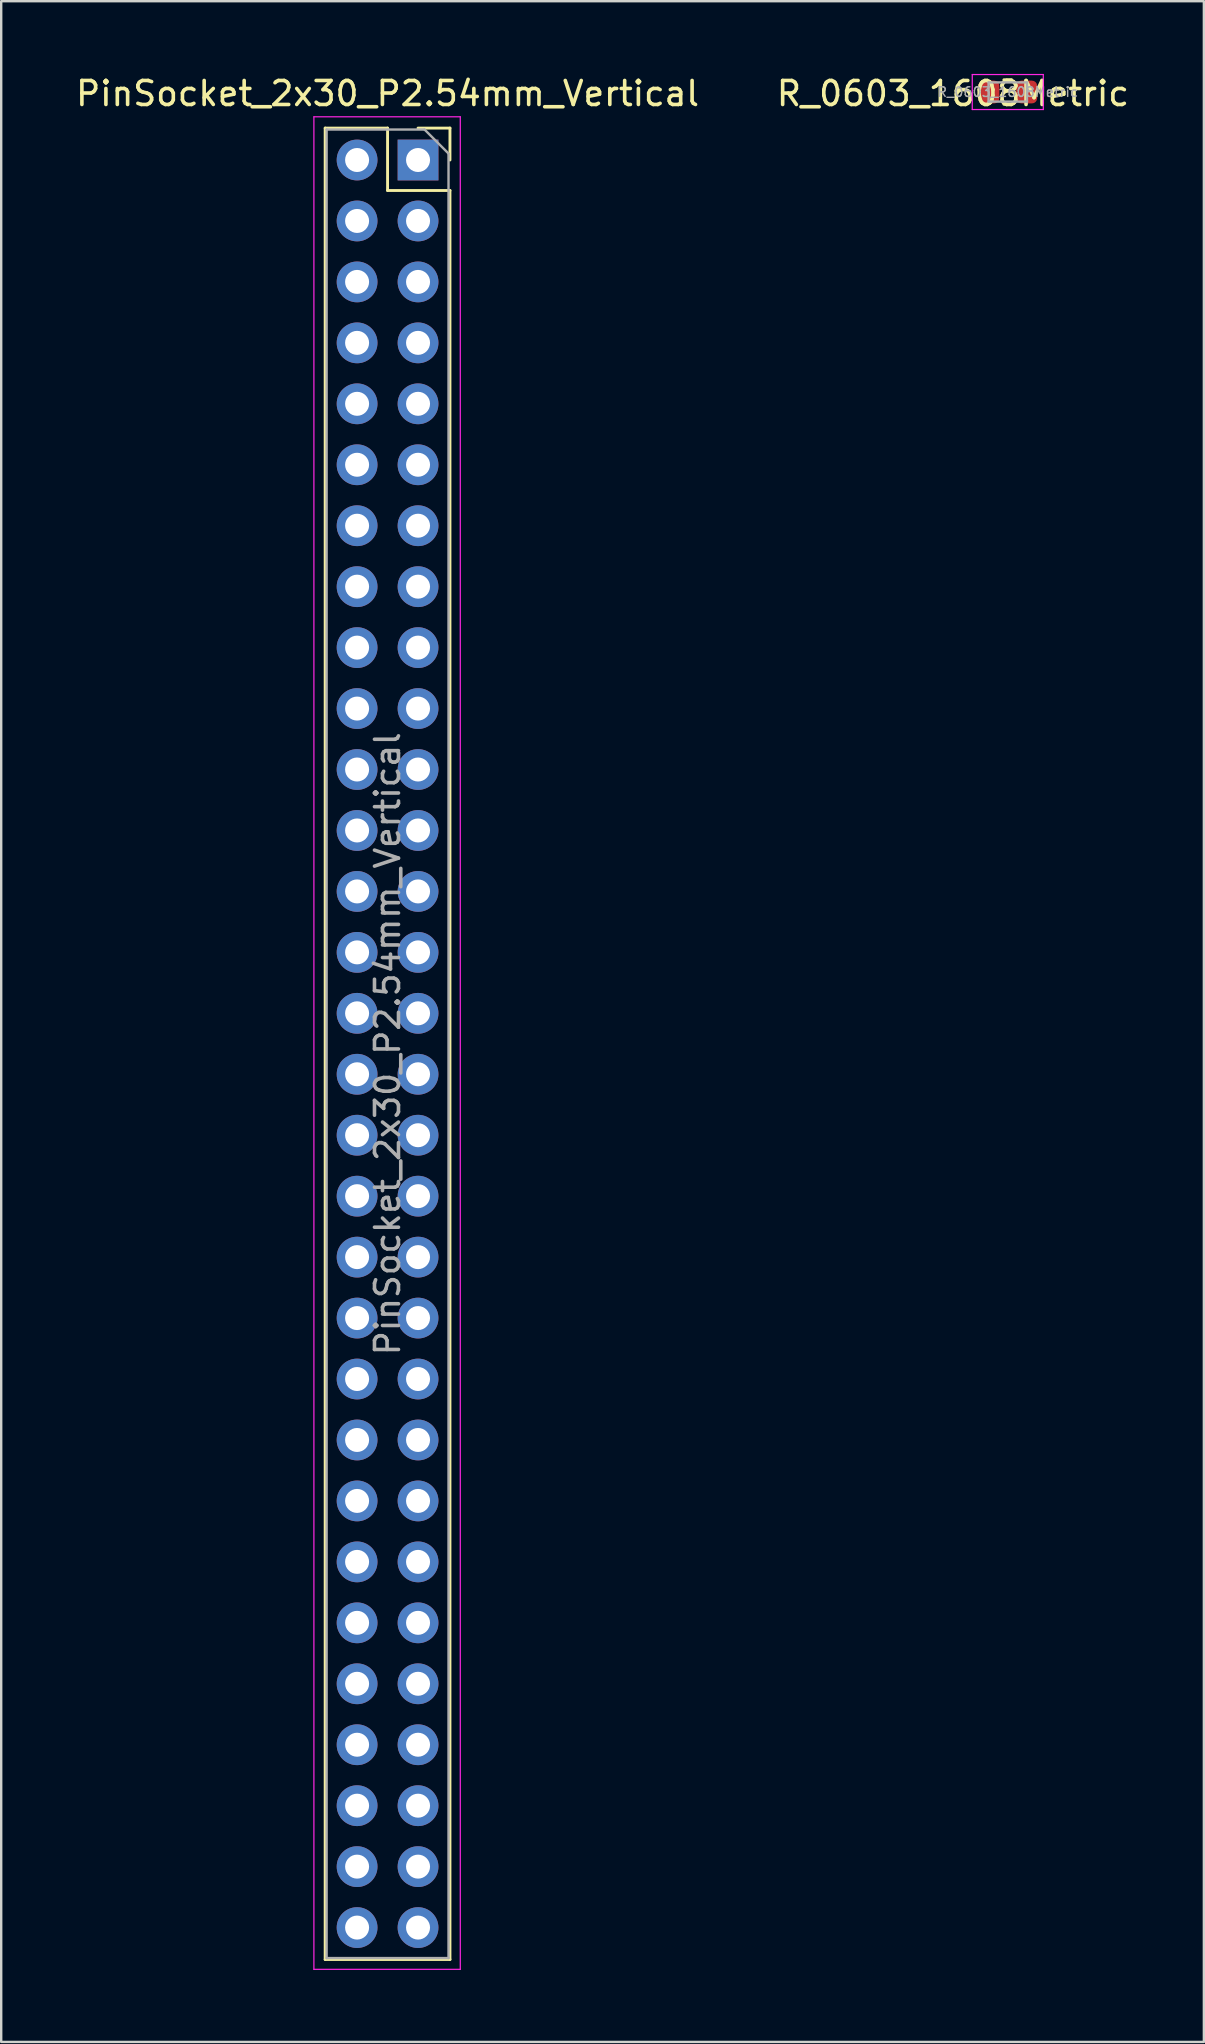
<source format=kicad_pcb>
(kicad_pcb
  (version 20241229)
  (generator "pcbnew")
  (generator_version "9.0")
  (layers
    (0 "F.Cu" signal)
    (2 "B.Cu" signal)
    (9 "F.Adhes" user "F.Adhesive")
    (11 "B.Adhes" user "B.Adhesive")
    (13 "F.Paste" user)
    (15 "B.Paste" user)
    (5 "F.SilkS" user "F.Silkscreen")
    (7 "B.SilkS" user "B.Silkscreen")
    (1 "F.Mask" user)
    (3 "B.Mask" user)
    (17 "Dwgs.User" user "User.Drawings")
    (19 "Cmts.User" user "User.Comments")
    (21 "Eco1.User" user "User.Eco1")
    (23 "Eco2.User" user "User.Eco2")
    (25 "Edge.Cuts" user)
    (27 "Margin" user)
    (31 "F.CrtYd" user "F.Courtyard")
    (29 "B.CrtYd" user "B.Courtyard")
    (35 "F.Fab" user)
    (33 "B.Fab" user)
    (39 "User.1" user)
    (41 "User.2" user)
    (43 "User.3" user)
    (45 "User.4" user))
  (footprint "PinSocket_2x30_P2.54mm_Vertical"
    (layer "F.Cu")
    (at 14.371 3.618)
    (property "Reference" "PinSocket_2x30_P2.54mm_Vertical" (at -1.27 -2.77 180) (layer "F.SilkS") (effects (font (size 1 1) (thickness 0.15))))
    (attr through_hole)
    (fp_line (start -3.87 -1.33) (end -3.87 74.99) (stroke (width 0.12) (type solid)) (layer "F.SilkS"))
    (fp_line (start -3.87 -1.33) (end -1.27 -1.33) (stroke (width 0.12) (type solid)) (layer "F.SilkS"))
    (fp_line (start -3.87 74.99) (end 1.33 74.99) (stroke (width 0.12) (type solid)) (layer "F.SilkS"))
    (fp_line (start -1.27 -1.33) (end -1.27 1.27) (stroke (width 0.12) (type solid)) (layer "F.SilkS"))
    (fp_line (start -1.27 1.27) (end 1.33 1.27) (stroke (width 0.12) (type solid)) (layer "F.SilkS"))
    (fp_line (start 0 -1.33) (end 1.33 -1.33) (stroke (width 0.12) (type solid)) (layer "F.SilkS"))
    (fp_line (start 1.33 -1.33) (end 1.33 0) (stroke (width 0.12) (type solid)) (layer "F.SilkS"))
    (fp_line (start 1.33 1.27) (end 1.33 74.99) (stroke (width 0.12) (type solid)) (layer "F.SilkS"))
    (fp_line (start -4.34 -1.8) (end 1.76 -1.8) (stroke (width 0.05) (type solid)) (layer "F.CrtYd"))
    (fp_line (start -4.34 75.4) (end -4.34 -1.8) (stroke (width 0.05) (type solid)) (layer "F.CrtYd"))
    (fp_line (start 1.76 -1.8) (end 1.76 75.4) (stroke (width 0.05) (type solid)) (layer "F.CrtYd"))
    (fp_line (start 1.76 75.4) (end -4.34 75.4) (stroke (width 0.05) (type solid)) (layer "F.CrtYd"))
    (fp_line (start -3.81 -1.27) (end 0.27 -1.27) (stroke (width 0.1) (type solid)) (layer "F.Fab"))
    (fp_line (start -3.81 74.93) (end -3.81 -1.27) (stroke (width 0.1) (type solid)) (layer "F.Fab"))
    (fp_line (start 0.27 -1.27) (end 1.27 -0.27) (stroke (width 0.1) (type solid)) (layer "F.Fab"))
    (fp_line (start 1.27 -0.27) (end 1.27 74.93) (stroke (width 0.1) (type solid)) (layer "F.Fab"))
    (fp_line (start 1.27 74.93) (end -3.81 74.93) (stroke (width 0.1) (type solid)) (layer "F.Fab"))
    (fp_text user "${REFERENCE}" (at -1.27 36.83 90) (layer "F.Fab") (effects (font (size 1 1) (thickness 0.15))))
    (pad "1" thru_hole rect (at 0 0) (size 1.7 1.7) (drill 1) (layers "*.Cu" "*.Mask"))
    (pad "2" thru_hole oval (at -2.54 0) (size 1.7 1.7) (drill 1) (layers "*.Cu" "*.Mask"))
    (pad "3" thru_hole oval (at 0 2.54) (size 1.7 1.7) (drill 1) (layers "*.Cu" "*.Mask"))
    (pad "4" thru_hole oval (at -2.54 2.54) (size 1.7 1.7) (drill 1) (layers "*.Cu" "*.Mask"))
    (pad "5" thru_hole oval (at 0 5.08) (size 1.7 1.7) (drill 1) (layers "*.Cu" "*.Mask"))
    (pad "6" thru_hole oval (at -2.54 5.08) (size 1.7 1.7) (drill 1) (layers "*.Cu" "*.Mask"))
    (pad "7" thru_hole oval (at 0 7.62) (size 1.7 1.7) (drill 1) (layers "*.Cu" "*.Mask"))
    (pad "8" thru_hole oval (at -2.54 7.62) (size 1.7 1.7) (drill 1) (layers "*.Cu" "*.Mask"))
    (pad "9" thru_hole oval (at 0 10.16) (size 1.7 1.7) (drill 1) (layers "*.Cu" "*.Mask"))
    (pad "10" thru_hole oval (at -2.54 10.16) (size 1.7 1.7) (drill 1) (layers "*.Cu" "*.Mask"))
    (pad "11" thru_hole oval (at 0 12.7) (size 1.7 1.7) (drill 1) (layers "*.Cu" "*.Mask"))
    (pad "12" thru_hole oval (at -2.54 12.7) (size 1.7 1.7) (drill 1) (layers "*.Cu" "*.Mask"))
    (pad "13" thru_hole oval (at 0 15.24) (size 1.7 1.7) (drill 1) (layers "*.Cu" "*.Mask"))
    (pad "14" thru_hole oval (at -2.54 15.24) (size 1.7 1.7) (drill 1) (layers "*.Cu" "*.Mask"))
    (pad "15" thru_hole oval (at 0 17.78) (size 1.7 1.7) (drill 1) (layers "*.Cu" "*.Mask"))
    (pad "16" thru_hole oval (at -2.54 17.78) (size 1.7 1.7) (drill 1) (layers "*.Cu" "*.Mask"))
    (pad "17" thru_hole oval (at 0 20.32) (size 1.7 1.7) (drill 1) (layers "*.Cu" "*.Mask"))
    (pad "18" thru_hole oval (at -2.54 20.32) (size 1.7 1.7) (drill 1) (layers "*.Cu" "*.Mask"))
    (pad "19" thru_hole oval (at 0 22.86) (size 1.7 1.7) (drill 1) (layers "*.Cu" "*.Mask"))
    (pad "20" thru_hole oval (at -2.54 22.86) (size 1.7 1.7) (drill 1) (layers "*.Cu" "*.Mask"))
    (pad "21" thru_hole oval (at 0 25.4) (size 1.7 1.7) (drill 1) (layers "*.Cu" "*.Mask"))
    (pad "22" thru_hole oval (at -2.54 25.4) (size 1.7 1.7) (drill 1) (layers "*.Cu" "*.Mask"))
    (pad "23" thru_hole oval (at 0 27.94) (size 1.7 1.7) (drill 1) (layers "*.Cu" "*.Mask"))
    (pad "24" thru_hole oval (at -2.54 27.94) (size 1.7 1.7) (drill 1) (layers "*.Cu" "*.Mask"))
    (pad "25" thru_hole oval (at 0 30.48) (size 1.7 1.7) (drill 1) (layers "*.Cu" "*.Mask"))
    (pad "26" thru_hole oval (at -2.54 30.48) (size 1.7 1.7) (drill 1) (layers "*.Cu" "*.Mask"))
    (pad "27" thru_hole oval (at 0 33.02) (size 1.7 1.7) (drill 1) (layers "*.Cu" "*.Mask"))
    (pad "28" thru_hole oval (at -2.54 33.02) (size 1.7 1.7) (drill 1) (layers "*.Cu" "*.Mask"))
    (pad "29" thru_hole oval (at 0 35.56) (size 1.7 1.7) (drill 1) (layers "*.Cu" "*.Mask"))
    (pad "30" thru_hole oval (at -2.54 35.56) (size 1.7 1.7) (drill 1) (layers "*.Cu" "*.Mask"))
    (pad "31" thru_hole oval (at 0 38.1) (size 1.7 1.7) (drill 1) (layers "*.Cu" "*.Mask"))
    (pad "32" thru_hole oval (at -2.54 38.1) (size 1.7 1.7) (drill 1) (layers "*.Cu" "*.Mask"))
    (pad "33" thru_hole oval (at 0 40.64) (size 1.7 1.7) (drill 1) (layers "*.Cu" "*.Mask"))
    (pad "34" thru_hole oval (at -2.54 40.64) (size 1.7 1.7) (drill 1) (layers "*.Cu" "*.Mask"))
    (pad "35" thru_hole oval (at 0 43.18) (size 1.7 1.7) (drill 1) (layers "*.Cu" "*.Mask"))
    (pad "36" thru_hole oval (at -2.54 43.18) (size 1.7 1.7) (drill 1) (layers "*.Cu" "*.Mask"))
    (pad "37" thru_hole oval (at 0 45.72) (size 1.7 1.7) (drill 1) (layers "*.Cu" "*.Mask"))
    (pad "38" thru_hole oval (at -2.54 45.72) (size 1.7 1.7) (drill 1) (layers "*.Cu" "*.Mask"))
    (pad "39" thru_hole oval (at 0 48.26) (size 1.7 1.7) (drill 1) (layers "*.Cu" "*.Mask"))
    (pad "40" thru_hole oval (at -2.54 48.26) (size 1.7 1.7) (drill 1) (layers "*.Cu" "*.Mask"))
    (pad "41" thru_hole oval (at 0 50.8) (size 1.7 1.7) (drill 1) (layers "*.Cu" "*.Mask"))
    (pad "42" thru_hole oval (at -2.54 50.8) (size 1.7 1.7) (drill 1) (layers "*.Cu" "*.Mask"))
    (pad "43" thru_hole oval (at 0 53.34) (size 1.7 1.7) (drill 1) (layers "*.Cu" "*.Mask"))
    (pad "44" thru_hole oval (at -2.54 53.34) (size 1.7 1.7) (drill 1) (layers "*.Cu" "*.Mask"))
    (pad "45" thru_hole oval (at 0 55.88) (size 1.7 1.7) (drill 1) (layers "*.Cu" "*.Mask"))
    (pad "46" thru_hole oval (at -2.54 55.88) (size 1.7 1.7) (drill 1) (layers "*.Cu" "*.Mask"))
    (pad "47" thru_hole oval (at 0 58.42) (size 1.7 1.7) (drill 1) (layers "*.Cu" "*.Mask"))
    (pad "48" thru_hole oval (at -2.54 58.42) (size 1.7 1.7) (drill 1) (layers "*.Cu" "*.Mask"))
    (pad "49" thru_hole oval (at 0 60.96) (size 1.7 1.7) (drill 1) (layers "*.Cu" "*.Mask"))
    (pad "50" thru_hole oval (at -2.54 60.96) (size 1.7 1.7) (drill 1) (layers "*.Cu" "*.Mask"))
    (pad "51" thru_hole oval (at 0 63.5) (size 1.7 1.7) (drill 1) (layers "*.Cu" "*.Mask"))
    (pad "52" thru_hole oval (at -2.54 63.5) (size 1.7 1.7) (drill 1) (layers "*.Cu" "*.Mask"))
    (pad "53" thru_hole oval (at 0 66.04) (size 1.7 1.7) (drill 1) (layers "*.Cu" "*.Mask"))
    (pad "54" thru_hole oval (at -2.54 66.04) (size 1.7 1.7) (drill 1) (layers "*.Cu" "*.Mask"))
    (pad "55" thru_hole oval (at 0 68.58) (size 1.7 1.7) (drill 1) (layers "*.Cu" "*.Mask"))
    (pad "56" thru_hole oval (at -2.54 68.58) (size 1.7 1.7) (drill 1) (layers "*.Cu" "*.Mask"))
    (pad "57" thru_hole oval (at 0 71.12) (size 1.7 1.7) (drill 1) (layers "*.Cu" "*.Mask"))
    (pad "58" thru_hole oval (at -2.54 71.12) (size 1.7 1.7) (drill 1) (layers "*.Cu" "*.Mask"))
    (pad "59" thru_hole oval (at 0 73.66) (size 1.7 1.7) (drill 1) (layers "*.Cu" "*.Mask"))
    (pad "60" thru_hole oval (at -2.54 73.66) (size 1.7 1.7) (drill 1) (layers "*.Cu" "*.Mask")))
  (footprint "R_0603_1608Metric"
    (layer "F.Cu")
    (at 38.947 0.785)
    (property "Reference" "R_0603_1608Metric" (at -2.286 0.064 0) (layer "F.SilkS") (effects (font (size 1 1) (thickness 0.15))))
    (attr smd)
    (fp_line (start -0.163 -0.51) (end 0.163 -0.51) (stroke (width 0.12) (type solid)) (layer "F.SilkS"))
    (fp_line (start -0.163 0.51) (end 0.163 0.51) (stroke (width 0.12) (type solid)) (layer "F.SilkS"))
    (fp_line (start -1.48 -0.73) (end 1.48 -0.73) (stroke (width 0.05) (type solid)) (layer "F.CrtYd"))
    (fp_line (start -1.48 0.73) (end -1.48 -0.73) (stroke (width 0.05) (type solid)) (layer "F.CrtYd"))
    (fp_line (start 1.48 -0.73) (end 1.48 0.73) (stroke (width 0.05) (type solid)) (layer "F.CrtYd"))
    (fp_line (start 1.48 0.73) (end -1.48 0.73) (stroke (width 0.05) (type solid)) (layer "F.CrtYd"))
    (fp_line (start -0.8 -0.4) (end 0.8 -0.4) (stroke (width 0.1) (type solid)) (layer "F.Fab"))
    (fp_line (start -0.8 0.4) (end -0.8 -0.4) (stroke (width 0.1) (type solid)) (layer "F.Fab"))
    (fp_line (start 0.8 -0.4) (end 0.8 0.4) (stroke (width 0.1) (type solid)) (layer "F.Fab"))
    (fp_line (start 0.8 0.4) (end -0.8 0.4) (stroke (width 0.1) (type solid)) (layer "F.Fab"))
    (fp_text user "${REFERENCE}" (at 0 0 0) (layer "F.Fab") (effects (font (size 0.4 0.4) (thickness 0.06))))
    (pad "1" smd roundrect (at -0.787 0) (size 0.875 0.95) (layers "F.Cu" "F.Mask" "F.Paste") (roundrect_rratio 0.25))
    (pad "2" smd roundrect (at 0.787 0) (size 0.875 0.95) (layers "F.Cu" "F.Mask" "F.Paste") (roundrect_rratio 0.25)))
  (gr_rect
    (start -3 -3)
    (end 47.119 82.043)
    (stroke (width 0.1) (type default))
    (fill no)
    (layer "Edge.Cuts")))
</source>
